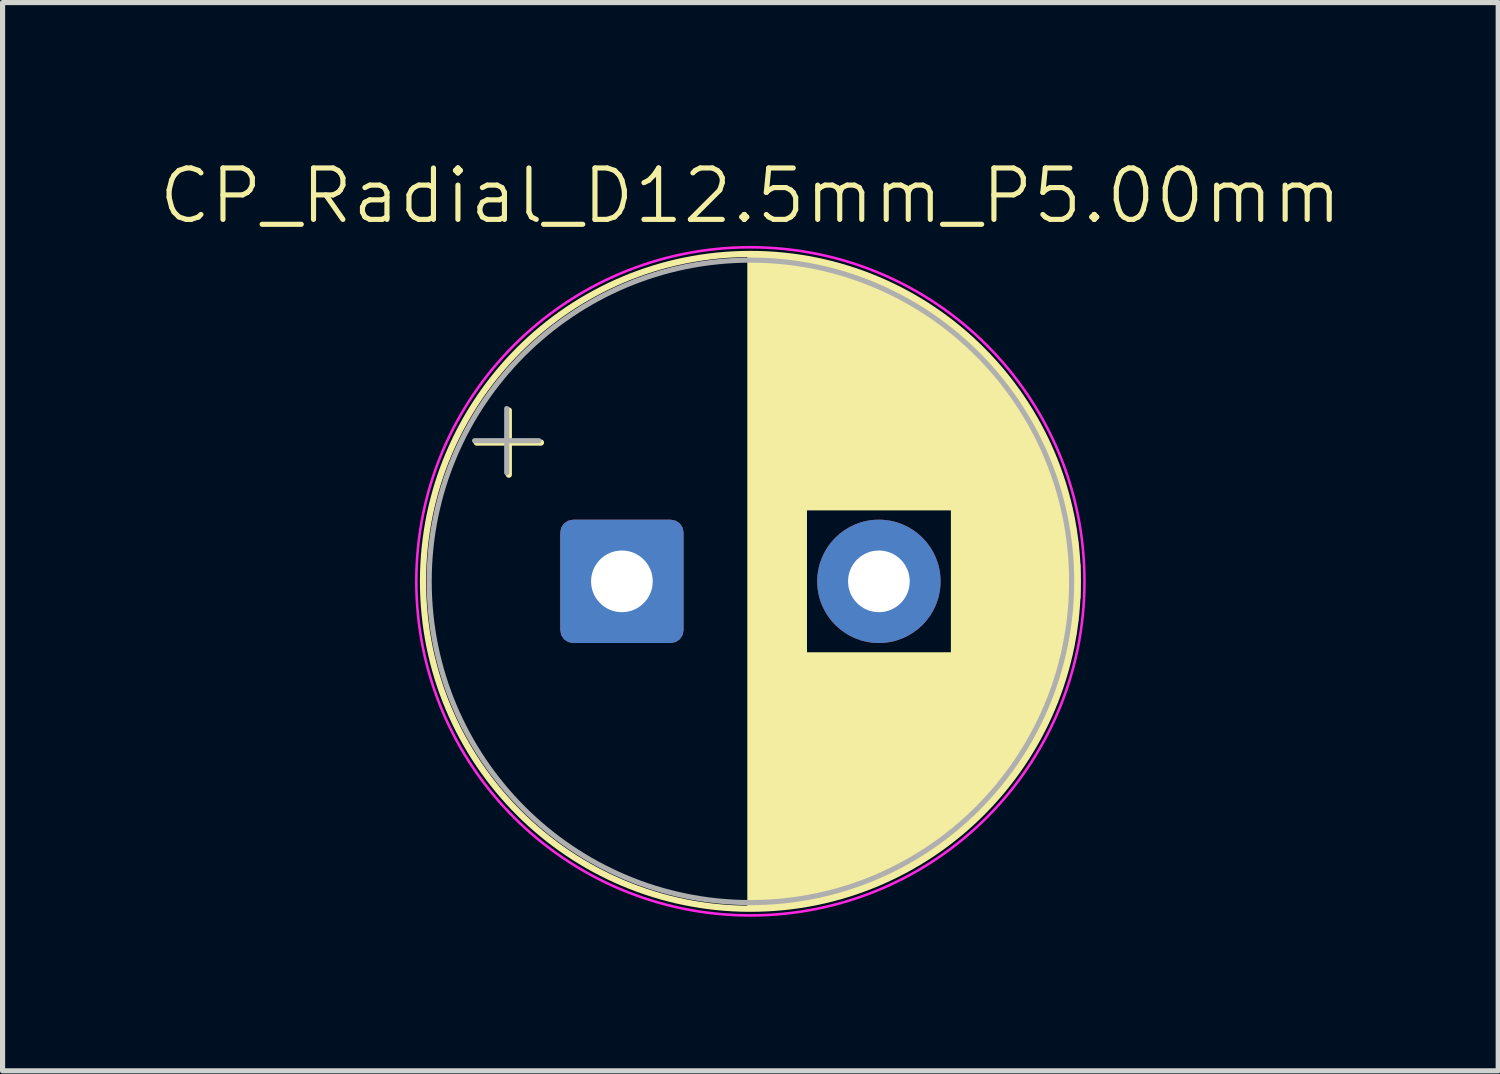
<source format=kicad_pcb>
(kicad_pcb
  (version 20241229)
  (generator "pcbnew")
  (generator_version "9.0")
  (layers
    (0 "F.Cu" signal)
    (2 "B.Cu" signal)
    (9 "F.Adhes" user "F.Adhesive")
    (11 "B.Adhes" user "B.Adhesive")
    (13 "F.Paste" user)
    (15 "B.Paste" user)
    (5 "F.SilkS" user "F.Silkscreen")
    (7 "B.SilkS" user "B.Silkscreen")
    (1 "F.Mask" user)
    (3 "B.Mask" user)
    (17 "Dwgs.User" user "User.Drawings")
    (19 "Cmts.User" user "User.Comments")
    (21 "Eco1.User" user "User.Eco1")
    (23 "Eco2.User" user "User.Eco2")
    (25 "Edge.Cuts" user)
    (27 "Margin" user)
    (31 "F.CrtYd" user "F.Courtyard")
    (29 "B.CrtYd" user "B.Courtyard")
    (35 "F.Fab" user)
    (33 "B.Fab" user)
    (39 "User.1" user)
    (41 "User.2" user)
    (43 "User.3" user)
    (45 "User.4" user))
  (footprint "CP_Radial_D12.5mm_P5.00mm"
    (layer "F.Cu")
    (at 11.55 8.261)
    (property "Reference" "CP_Radial_D12.5mm_P5.00mm" (at 0 -7.5 0) (layer "F.SilkS") (effects (font (size 1 1) (thickness 0.1))))
    (attr through_hole)
    (fp_line (start -5.325 -2.7) (end -4.075 -2.7) (stroke (width 0.12) (type solid)) (layer "F.SilkS"))
    (fp_line (start -4.7 -3.325) (end -4.7 -2.075) (stroke (width 0.12) (type solid)) (layer "F.SilkS"))
    (fp_line (start 0 -6.33) (end 0 6.33) (stroke (width 0.12) (type solid)) (layer "F.SilkS"))
    (fp_line (start 0.04 -6.33) (end 0.04 6.33) (stroke (width 0.12) (type solid)) (layer "F.SilkS"))
    (fp_line (start 0.08 -6.33) (end 0.08 6.33) (stroke (width 0.12) (type solid)) (layer "F.SilkS"))
    (fp_line (start 0.12 -6.329) (end 0.12 6.329) (stroke (width 0.12) (type solid)) (layer "F.SilkS"))
    (fp_line (start 0.16 -6.328) (end 0.16 6.328) (stroke (width 0.12) (type solid)) (layer "F.SilkS"))
    (fp_line (start 0.2 -6.327) (end 0.2 6.327) (stroke (width 0.12) (type solid)) (layer "F.SilkS"))
    (fp_line (start 0.24 -6.326) (end 0.24 6.326) (stroke (width 0.12) (type solid)) (layer "F.SilkS"))
    (fp_line (start 0.28 -6.324) (end 0.28 6.324) (stroke (width 0.12) (type solid)) (layer "F.SilkS"))
    (fp_line (start 0.32 -6.322) (end 0.32 6.322) (stroke (width 0.12) (type solid)) (layer "F.SilkS"))
    (fp_line (start 0.36 -6.32) (end 0.36 6.32) (stroke (width 0.12) (type solid)) (layer "F.SilkS"))
    (fp_line (start 0.4 -6.318) (end 0.4 6.318) (stroke (width 0.12) (type solid)) (layer "F.SilkS"))
    (fp_line (start 0.44 -6.315) (end 0.44 6.315) (stroke (width 0.12) (type solid)) (layer "F.SilkS"))
    (fp_line (start 0.48 -6.312) (end 0.48 6.312) (stroke (width 0.12) (type solid)) (layer "F.SilkS"))
    (fp_line (start 0.52 -6.309) (end 0.52 6.309) (stroke (width 0.12) (type solid)) (layer "F.SilkS"))
    (fp_line (start 0.56 -6.306) (end 0.56 6.306) (stroke (width 0.12) (type solid)) (layer "F.SilkS"))
    (fp_line (start 0.6 -6.302) (end 0.6 6.302) (stroke (width 0.12) (type solid)) (layer "F.SilkS"))
    (fp_line (start 0.64 -6.298) (end 0.64 6.298) (stroke (width 0.12) (type solid)) (layer "F.SilkS"))
    (fp_line (start 0.68 -6.294) (end 0.68 6.294) (stroke (width 0.12) (type solid)) (layer "F.SilkS"))
    (fp_line (start 0.721 -6.29) (end 0.721 6.29) (stroke (width 0.12) (type solid)) (layer "F.SilkS"))
    (fp_line (start 0.761 -6.285) (end 0.761 6.285) (stroke (width 0.12) (type solid)) (layer "F.SilkS"))
    (fp_line (start 0.801 -6.28) (end 0.801 6.28) (stroke (width 0.12) (type solid)) (layer "F.SilkS"))
    (fp_line (start 0.841 -6.275) (end 0.841 6.275) (stroke (width 0.12) (type solid)) (layer "F.SilkS"))
    (fp_line (start 0.881 -6.269) (end 0.881 6.269) (stroke (width 0.12) (type solid)) (layer "F.SilkS"))
    (fp_line (start 0.921 -6.264) (end 0.921 6.264) (stroke (width 0.12) (type solid)) (layer "F.SilkS"))
    (fp_line (start 0.961 -6.258) (end 0.961 6.258) (stroke (width 0.12) (type solid)) (layer "F.SilkS"))
    (fp_line (start 1.001 -6.252) (end 1.001 6.252) (stroke (width 0.12) (type solid)) (layer "F.SilkS"))
    (fp_line (start 1.041 -6.245) (end 1.041 6.245) (stroke (width 0.12) (type solid)) (layer "F.SilkS"))
    (fp_line (start 1.081 -6.238) (end 1.081 -1.44) (stroke (width 0.12) (type solid)) (layer "F.SilkS"))
    (fp_line (start 1.081 1.44) (end 1.081 6.238) (stroke (width 0.12) (type solid)) (layer "F.SilkS"))
    (fp_line (start 1.121 -6.231) (end 1.121 -1.44) (stroke (width 0.12) (type solid)) (layer "F.SilkS"))
    (fp_line (start 1.121 1.44) (end 1.121 6.231) (stroke (width 0.12) (type solid)) (layer "F.SilkS"))
    (fp_line (start 1.161 -6.224) (end 1.161 -1.44) (stroke (width 0.12) (type solid)) (layer "F.SilkS"))
    (fp_line (start 1.161 1.44) (end 1.161 6.224) (stroke (width 0.12) (type solid)) (layer "F.SilkS"))
    (fp_line (start 1.201 -6.216) (end 1.201 -1.44) (stroke (width 0.12) (type solid)) (layer "F.SilkS"))
    (fp_line (start 1.201 1.44) (end 1.201 6.216) (stroke (width 0.12) (type solid)) (layer "F.SilkS"))
    (fp_line (start 1.241 -6.209) (end 1.241 -1.44) (stroke (width 0.12) (type solid)) (layer "F.SilkS"))
    (fp_line (start 1.241 1.44) (end 1.241 6.209) (stroke (width 0.12) (type solid)) (layer "F.SilkS"))
    (fp_line (start 1.281 -6.201) (end 1.281 -1.44) (stroke (width 0.12) (type solid)) (layer "F.SilkS"))
    (fp_line (start 1.281 1.44) (end 1.281 6.201) (stroke (width 0.12) (type solid)) (layer "F.SilkS"))
    (fp_line (start 1.321 -6.192) (end 1.321 -1.44) (stroke (width 0.12) (type solid)) (layer "F.SilkS"))
    (fp_line (start 1.321 1.44) (end 1.321 6.192) (stroke (width 0.12) (type solid)) (layer "F.SilkS"))
    (fp_line (start 1.361 -6.184) (end 1.361 -1.44) (stroke (width 0.12) (type solid)) (layer "F.SilkS"))
    (fp_line (start 1.361 1.44) (end 1.361 6.184) (stroke (width 0.12) (type solid)) (layer "F.SilkS"))
    (fp_line (start 1.401 -6.175) (end 1.401 -1.44) (stroke (width 0.12) (type solid)) (layer "F.SilkS"))
    (fp_line (start 1.401 1.44) (end 1.401 6.175) (stroke (width 0.12) (type solid)) (layer "F.SilkS"))
    (fp_line (start 1.441 -6.166) (end 1.441 -1.44) (stroke (width 0.12) (type solid)) (layer "F.SilkS"))
    (fp_line (start 1.441 1.44) (end 1.441 6.166) (stroke (width 0.12) (type solid)) (layer "F.SilkS"))
    (fp_line (start 1.481 -6.156) (end 1.481 -1.44) (stroke (width 0.12) (type solid)) (layer "F.SilkS"))
    (fp_line (start 1.481 1.44) (end 1.481 6.156) (stroke (width 0.12) (type solid)) (layer "F.SilkS"))
    (fp_line (start 1.521 -6.146) (end 1.521 -1.44) (stroke (width 0.12) (type solid)) (layer "F.SilkS"))
    (fp_line (start 1.521 1.44) (end 1.521 6.146) (stroke (width 0.12) (type solid)) (layer "F.SilkS"))
    (fp_line (start 1.561 -6.137) (end 1.561 -1.44) (stroke (width 0.12) (type solid)) (layer "F.SilkS"))
    (fp_line (start 1.561 1.44) (end 1.561 6.137) (stroke (width 0.12) (type solid)) (layer "F.SilkS"))
    (fp_line (start 1.601 -6.126) (end 1.601 -1.44) (stroke (width 0.12) (type solid)) (layer "F.SilkS"))
    (fp_line (start 1.601 1.44) (end 1.601 6.126) (stroke (width 0.12) (type solid)) (layer "F.SilkS"))
    (fp_line (start 1.641 -6.116) (end 1.641 -1.44) (stroke (width 0.12) (type solid)) (layer "F.SilkS"))
    (fp_line (start 1.641 1.44) (end 1.641 6.116) (stroke (width 0.12) (type solid)) (layer "F.SilkS"))
    (fp_line (start 1.681 -6.105) (end 1.681 -1.44) (stroke (width 0.12) (type solid)) (layer "F.SilkS"))
    (fp_line (start 1.681 1.44) (end 1.681 6.105) (stroke (width 0.12) (type solid)) (layer "F.SilkS"))
    (fp_line (start 1.721 -6.094) (end 1.721 -1.44) (stroke (width 0.12) (type solid)) (layer "F.SilkS"))
    (fp_line (start 1.721 1.44) (end 1.721 6.094) (stroke (width 0.12) (type solid)) (layer "F.SilkS"))
    (fp_line (start 1.761 -6.083) (end 1.761 -1.44) (stroke (width 0.12) (type solid)) (layer "F.SilkS"))
    (fp_line (start 1.761 1.44) (end 1.761 6.083) (stroke (width 0.12) (type solid)) (layer "F.SilkS"))
    (fp_line (start 1.801 -6.071) (end 1.801 -1.44) (stroke (width 0.12) (type solid)) (layer "F.SilkS"))
    (fp_line (start 1.801 1.44) (end 1.801 6.071) (stroke (width 0.12) (type solid)) (layer "F.SilkS"))
    (fp_line (start 1.841 -6.059) (end 1.841 -1.44) (stroke (width 0.12) (type solid)) (layer "F.SilkS"))
    (fp_line (start 1.841 1.44) (end 1.841 6.059) (stroke (width 0.12) (type solid)) (layer "F.SilkS"))
    (fp_line (start 1.881 -6.047) (end 1.881 -1.44) (stroke (width 0.12) (type solid)) (layer "F.SilkS"))
    (fp_line (start 1.881 1.44) (end 1.881 6.047) (stroke (width 0.12) (type solid)) (layer "F.SilkS"))
    (fp_line (start 1.921 -6.034) (end 1.921 -1.44) (stroke (width 0.12) (type solid)) (layer "F.SilkS"))
    (fp_line (start 1.921 1.44) (end 1.921 6.034) (stroke (width 0.12) (type solid)) (layer "F.SilkS"))
    (fp_line (start 1.961 -6.021) (end 1.961 -1.44) (stroke (width 0.12) (type solid)) (layer "F.SilkS"))
    (fp_line (start 1.961 1.44) (end 1.961 6.021) (stroke (width 0.12) (type solid)) (layer "F.SilkS"))
    (fp_line (start 2.001 -6.008) (end 2.001 -1.44) (stroke (width 0.12) (type solid)) (layer "F.SilkS"))
    (fp_line (start 2.001 1.44) (end 2.001 6.008) (stroke (width 0.12) (type solid)) (layer "F.SilkS"))
    (fp_line (start 2.041 -5.995) (end 2.041 -1.44) (stroke (width 0.12) (type solid)) (layer "F.SilkS"))
    (fp_line (start 2.041 1.44) (end 2.041 5.995) (stroke (width 0.12) (type solid)) (layer "F.SilkS"))
    (fp_line (start 2.081 -5.981) (end 2.081 -1.44) (stroke (width 0.12) (type solid)) (layer "F.SilkS"))
    (fp_line (start 2.081 1.44) (end 2.081 5.981) (stroke (width 0.12) (type solid)) (layer "F.SilkS"))
    (fp_line (start 2.121 -5.967) (end 2.121 -1.44) (stroke (width 0.12) (type solid)) (layer "F.SilkS"))
    (fp_line (start 2.121 1.44) (end 2.121 5.967) (stroke (width 0.12) (type solid)) (layer "F.SilkS"))
    (fp_line (start 2.161 -5.953) (end 2.161 -1.44) (stroke (width 0.12) (type solid)) (layer "F.SilkS"))
    (fp_line (start 2.161 1.44) (end 2.161 5.953) (stroke (width 0.12) (type solid)) (layer "F.SilkS"))
    (fp_line (start 2.201 -5.939) (end 2.201 -1.44) (stroke (width 0.12) (type solid)) (layer "F.SilkS"))
    (fp_line (start 2.201 1.44) (end 2.201 5.939) (stroke (width 0.12) (type solid)) (layer "F.SilkS"))
    (fp_line (start 2.241 -5.924) (end 2.241 -1.44) (stroke (width 0.12) (type solid)) (layer "F.SilkS"))
    (fp_line (start 2.241 1.44) (end 2.241 5.924) (stroke (width 0.12) (type solid)) (layer "F.SilkS"))
    (fp_line (start 2.281 -5.908) (end 2.281 -1.44) (stroke (width 0.12) (type solid)) (layer "F.SilkS"))
    (fp_line (start 2.281 1.44) (end 2.281 5.908) (stroke (width 0.12) (type solid)) (layer "F.SilkS"))
    (fp_line (start 2.321 -5.893) (end 2.321 -1.44) (stroke (width 0.12) (type solid)) (layer "F.SilkS"))
    (fp_line (start 2.321 1.44) (end 2.321 5.893) (stroke (width 0.12) (type solid)) (layer "F.SilkS"))
    (fp_line (start 2.361 -5.877) (end 2.361 -1.44) (stroke (width 0.12) (type solid)) (layer "F.SilkS"))
    (fp_line (start 2.361 1.44) (end 2.361 5.877) (stroke (width 0.12) (type solid)) (layer "F.SilkS"))
    (fp_line (start 2.401 -5.861) (end 2.401 -1.44) (stroke (width 0.12) (type solid)) (layer "F.SilkS"))
    (fp_line (start 2.401 1.44) (end 2.401 5.861) (stroke (width 0.12) (type solid)) (layer "F.SilkS"))
    (fp_line (start 2.441 -5.845) (end 2.441 -1.44) (stroke (width 0.12) (type solid)) (layer "F.SilkS"))
    (fp_line (start 2.441 1.44) (end 2.441 5.845) (stroke (width 0.12) (type solid)) (layer "F.SilkS"))
    (fp_line (start 2.481 -5.828) (end 2.481 -1.44) (stroke (width 0.12) (type solid)) (layer "F.SilkS"))
    (fp_line (start 2.481 1.44) (end 2.481 5.828) (stroke (width 0.12) (type solid)) (layer "F.SilkS"))
    (fp_line (start 2.521 -5.811) (end 2.521 -1.44) (stroke (width 0.12) (type solid)) (layer "F.SilkS"))
    (fp_line (start 2.521 1.44) (end 2.521 5.811) (stroke (width 0.12) (type solid)) (layer "F.SilkS"))
    (fp_line (start 2.561 -5.793) (end 2.561 -1.44) (stroke (width 0.12) (type solid)) (layer "F.SilkS"))
    (fp_line (start 2.561 1.44) (end 2.561 5.793) (stroke (width 0.12) (type solid)) (layer "F.SilkS"))
    (fp_line (start 2.601 -5.776) (end 2.601 -1.44) (stroke (width 0.12) (type solid)) (layer "F.SilkS"))
    (fp_line (start 2.601 1.44) (end 2.601 5.776) (stroke (width 0.12) (type solid)) (layer "F.SilkS"))
    (fp_line (start 2.641 -5.758) (end 2.641 -1.44) (stroke (width 0.12) (type solid)) (layer "F.SilkS"))
    (fp_line (start 2.641 1.44) (end 2.641 5.758) (stroke (width 0.12) (type solid)) (layer "F.SilkS"))
    (fp_line (start 2.681 -5.739) (end 2.681 -1.44) (stroke (width 0.12) (type solid)) (layer "F.SilkS"))
    (fp_line (start 2.681 1.44) (end 2.681 5.739) (stroke (width 0.12) (type solid)) (layer "F.SilkS"))
    (fp_line (start 2.721 -5.721) (end 2.721 -1.44) (stroke (width 0.12) (type solid)) (layer "F.SilkS"))
    (fp_line (start 2.721 1.44) (end 2.721 5.721) (stroke (width 0.12) (type solid)) (layer "F.SilkS"))
    (fp_line (start 2.761 -5.702) (end 2.761 -1.44) (stroke (width 0.12) (type solid)) (layer "F.SilkS"))
    (fp_line (start 2.761 1.44) (end 2.761 5.702) (stroke (width 0.12) (type solid)) (layer "F.SilkS"))
    (fp_line (start 2.801 -5.682) (end 2.801 -1.44) (stroke (width 0.12) (type solid)) (layer "F.SilkS"))
    (fp_line (start 2.801 1.44) (end 2.801 5.682) (stroke (width 0.12) (type solid)) (layer "F.SilkS"))
    (fp_line (start 2.841 -5.662) (end 2.841 -1.44) (stroke (width 0.12) (type solid)) (layer "F.SilkS"))
    (fp_line (start 2.841 1.44) (end 2.841 5.662) (stroke (width 0.12) (type solid)) (layer "F.SilkS"))
    (fp_line (start 2.881 -5.642) (end 2.881 -1.44) (stroke (width 0.12) (type solid)) (layer "F.SilkS"))
    (fp_line (start 2.881 1.44) (end 2.881 5.642) (stroke (width 0.12) (type solid)) (layer "F.SilkS"))
    (fp_line (start 2.921 -5.622) (end 2.921 -1.44) (stroke (width 0.12) (type solid)) (layer "F.SilkS"))
    (fp_line (start 2.921 1.44) (end 2.921 5.622) (stroke (width 0.12) (type solid)) (layer "F.SilkS"))
    (fp_line (start 2.961 -5.601) (end 2.961 -1.44) (stroke (width 0.12) (type solid)) (layer "F.SilkS"))
    (fp_line (start 2.961 1.44) (end 2.961 5.601) (stroke (width 0.12) (type solid)) (layer "F.SilkS"))
    (fp_line (start 3.001 -5.58) (end 3.001 -1.44) (stroke (width 0.12) (type solid)) (layer "F.SilkS"))
    (fp_line (start 3.001 1.44) (end 3.001 5.58) (stroke (width 0.12) (type solid)) (layer "F.SilkS"))
    (fp_line (start 3.041 -5.558) (end 3.041 -1.44) (stroke (width 0.12) (type solid)) (layer "F.SilkS"))
    (fp_line (start 3.041 1.44) (end 3.041 5.558) (stroke (width 0.12) (type solid)) (layer "F.SilkS"))
    (fp_line (start 3.081 -5.536) (end 3.081 -1.44) (stroke (width 0.12) (type solid)) (layer "F.SilkS"))
    (fp_line (start 3.081 1.44) (end 3.081 5.536) (stroke (width 0.12) (type solid)) (layer "F.SilkS"))
    (fp_line (start 3.121 -5.514) (end 3.121 -1.44) (stroke (width 0.12) (type solid)) (layer "F.SilkS"))
    (fp_line (start 3.121 1.44) (end 3.121 5.514) (stroke (width 0.12) (type solid)) (layer "F.SilkS"))
    (fp_line (start 3.161 -5.491) (end 3.161 -1.44) (stroke (width 0.12) (type solid)) (layer "F.SilkS"))
    (fp_line (start 3.161 1.44) (end 3.161 5.491) (stroke (width 0.12) (type solid)) (layer "F.SilkS"))
    (fp_line (start 3.201 -5.468) (end 3.201 -1.44) (stroke (width 0.12) (type solid)) (layer "F.SilkS"))
    (fp_line (start 3.201 1.44) (end 3.201 5.468) (stroke (width 0.12) (type solid)) (layer "F.SilkS"))
    (fp_line (start 3.241 -5.445) (end 3.241 -1.44) (stroke (width 0.12) (type solid)) (layer "F.SilkS"))
    (fp_line (start 3.241 1.44) (end 3.241 5.445) (stroke (width 0.12) (type solid)) (layer "F.SilkS"))
    (fp_line (start 3.281 -5.421) (end 3.281 -1.44) (stroke (width 0.12) (type solid)) (layer "F.SilkS"))
    (fp_line (start 3.281 1.44) (end 3.281 5.421) (stroke (width 0.12) (type solid)) (layer "F.SilkS"))
    (fp_line (start 3.321 -5.397) (end 3.321 -1.44) (stroke (width 0.12) (type solid)) (layer "F.SilkS"))
    (fp_line (start 3.321 1.44) (end 3.321 5.397) (stroke (width 0.12) (type solid)) (layer "F.SilkS"))
    (fp_line (start 3.361 -5.372) (end 3.361 -1.44) (stroke (width 0.12) (type solid)) (layer "F.SilkS"))
    (fp_line (start 3.361 1.44) (end 3.361 5.372) (stroke (width 0.12) (type solid)) (layer "F.SilkS"))
    (fp_line (start 3.401 -5.347) (end 3.401 -1.44) (stroke (width 0.12) (type solid)) (layer "F.SilkS"))
    (fp_line (start 3.401 1.44) (end 3.401 5.347) (stroke (width 0.12) (type solid)) (layer "F.SilkS"))
    (fp_line (start 3.441 -5.322) (end 3.441 -1.44) (stroke (width 0.12) (type solid)) (layer "F.SilkS"))
    (fp_line (start 3.441 1.44) (end 3.441 5.322) (stroke (width 0.12) (type solid)) (layer "F.SilkS"))
    (fp_line (start 3.481 -5.296) (end 3.481 -1.44) (stroke (width 0.12) (type solid)) (layer "F.SilkS"))
    (fp_line (start 3.481 1.44) (end 3.481 5.296) (stroke (width 0.12) (type solid)) (layer "F.SilkS"))
    (fp_line (start 3.521 -5.27) (end 3.521 -1.44) (stroke (width 0.12) (type solid)) (layer "F.SilkS"))
    (fp_line (start 3.521 1.44) (end 3.521 5.27) (stroke (width 0.12) (type solid)) (layer "F.SilkS"))
    (fp_line (start 3.561 -5.243) (end 3.561 -1.44) (stroke (width 0.12) (type solid)) (layer "F.SilkS"))
    (fp_line (start 3.561 1.44) (end 3.561 5.243) (stroke (width 0.12) (type solid)) (layer "F.SilkS"))
    (fp_line (start 3.601 -5.216) (end 3.601 -1.44) (stroke (width 0.12) (type solid)) (layer "F.SilkS"))
    (fp_line (start 3.601 1.44) (end 3.601 5.216) (stroke (width 0.12) (type solid)) (layer "F.SilkS"))
    (fp_line (start 3.641 -5.188) (end 3.641 -1.44) (stroke (width 0.12) (type solid)) (layer "F.SilkS"))
    (fp_line (start 3.641 1.44) (end 3.641 5.188) (stroke (width 0.12) (type solid)) (layer "F.SilkS"))
    (fp_line (start 3.681 -5.16) (end 3.681 -1.44) (stroke (width 0.12) (type solid)) (layer "F.SilkS"))
    (fp_line (start 3.681 1.44) (end 3.681 5.16) (stroke (width 0.12) (type solid)) (layer "F.SilkS"))
    (fp_line (start 3.721 -5.131) (end 3.721 -1.44) (stroke (width 0.12) (type solid)) (layer "F.SilkS"))
    (fp_line (start 3.721 1.44) (end 3.721 5.131) (stroke (width 0.12) (type solid)) (layer "F.SilkS"))
    (fp_line (start 3.761 -5.102) (end 3.761 -1.44) (stroke (width 0.12) (type solid)) (layer "F.SilkS"))
    (fp_line (start 3.761 1.44) (end 3.761 5.102) (stroke (width 0.12) (type solid)) (layer "F.SilkS"))
    (fp_line (start 3.801 -5.073) (end 3.801 -1.44) (stroke (width 0.12) (type solid)) (layer "F.SilkS"))
    (fp_line (start 3.801 1.44) (end 3.801 5.073) (stroke (width 0.12) (type solid)) (layer "F.SilkS"))
    (fp_line (start 3.841 -5.043) (end 3.841 -1.44) (stroke (width 0.12) (type solid)) (layer "F.SilkS"))
    (fp_line (start 3.841 1.44) (end 3.841 5.043) (stroke (width 0.12) (type solid)) (layer "F.SilkS"))
    (fp_line (start 3.881 -5.012) (end 3.881 -1.44) (stroke (width 0.12) (type solid)) (layer "F.SilkS"))
    (fp_line (start 3.881 1.44) (end 3.881 5.012) (stroke (width 0.12) (type solid)) (layer "F.SilkS"))
    (fp_line (start 3.921 -4.982) (end 3.921 -1.44) (stroke (width 0.12) (type solid)) (layer "F.SilkS"))
    (fp_line (start 3.921 1.44) (end 3.921 4.982) (stroke (width 0.12) (type solid)) (layer "F.SilkS"))
    (fp_line (start 3.961 -4.95) (end 3.961 4.95) (stroke (width 0.12) (type solid)) (layer "F.SilkS"))
    (fp_line (start 4.001 -4.918) (end 4.001 4.918) (stroke (width 0.12) (type solid)) (layer "F.SilkS"))
    (fp_line (start 4.041 -4.885) (end 4.041 4.885) (stroke (width 0.12) (type solid)) (layer "F.SilkS"))
    (fp_line (start 4.081 -4.852) (end 4.081 4.852) (stroke (width 0.12) (type solid)) (layer "F.SilkS"))
    (fp_line (start 4.121 -4.819) (end 4.121 4.819) (stroke (width 0.12) (type solid)) (layer "F.SilkS"))
    (fp_line (start 4.161 -4.785) (end 4.161 4.785) (stroke (width 0.12) (type solid)) (layer "F.SilkS"))
    (fp_line (start 4.201 -4.75) (end 4.201 4.75) (stroke (width 0.12) (type solid)) (layer "F.SilkS"))
    (fp_line (start 4.241 -4.714) (end 4.241 4.714) (stroke (width 0.12) (type solid)) (layer "F.SilkS"))
    (fp_line (start 4.281 -4.678) (end 4.281 4.678) (stroke (width 0.12) (type solid)) (layer "F.SilkS"))
    (fp_line (start 4.321 -4.642) (end 4.321 4.642) (stroke (width 0.12) (type solid)) (layer "F.SilkS"))
    (fp_line (start 4.361 -4.605) (end 4.361 4.605) (stroke (width 0.12) (type solid)) (layer "F.SilkS"))
    (fp_line (start 4.401 -4.567) (end 4.401 4.567) (stroke (width 0.12) (type solid)) (layer "F.SilkS"))
    (fp_line (start 4.441 -4.528) (end 4.441 4.528) (stroke (width 0.12) (type solid)) (layer "F.SilkS"))
    (fp_line (start 4.481 -4.489) (end 4.481 4.489) (stroke (width 0.12) (type solid)) (layer "F.SilkS"))
    (fp_line (start 4.521 -4.449) (end 4.521 4.449) (stroke (width 0.12) (type solid)) (layer "F.SilkS"))
    (fp_line (start 4.561 -4.408) (end 4.561 4.408) (stroke (width 0.12) (type solid)) (layer "F.SilkS"))
    (fp_line (start 4.601 -4.367) (end 4.601 4.367) (stroke (width 0.12) (type solid)) (layer "F.SilkS"))
    (fp_line (start 4.641 -4.325) (end 4.641 4.325) (stroke (width 0.12) (type solid)) (layer "F.SilkS"))
    (fp_line (start 4.681 -4.282) (end 4.681 4.282) (stroke (width 0.12) (type solid)) (layer "F.SilkS"))
    (fp_line (start 4.721 -4.238) (end 4.721 4.238) (stroke (width 0.12) (type solid)) (layer "F.SilkS"))
    (fp_line (start 4.761 -4.194) (end 4.761 4.194) (stroke (width 0.12) (type solid)) (layer "F.SilkS"))
    (fp_line (start 4.801 -4.148) (end 4.801 4.148) (stroke (width 0.12) (type solid)) (layer "F.SilkS"))
    (fp_line (start 4.841 -4.102) (end 4.841 4.102) (stroke (width 0.12) (type solid)) (layer "F.SilkS"))
    (fp_line (start 4.881 -4.055) (end 4.881 4.055) (stroke (width 0.12) (type solid)) (layer "F.SilkS"))
    (fp_line (start 4.921 -4.007) (end 4.921 4.007) (stroke (width 0.12) (type solid)) (layer "F.SilkS"))
    (fp_line (start 4.961 -3.957) (end 4.961 3.957) (stroke (width 0.12) (type solid)) (layer "F.SilkS"))
    (fp_line (start 5.001 -3.907) (end 5.001 3.907) (stroke (width 0.12) (type solid)) (layer "F.SilkS"))
    (fp_line (start 5.041 -3.856) (end 5.041 3.856) (stroke (width 0.12) (type solid)) (layer "F.SilkS"))
    (fp_line (start 5.081 -3.804) (end 5.081 3.804) (stroke (width 0.12) (type solid)) (layer "F.SilkS"))
    (fp_line (start 5.121 -3.75) (end 5.121 3.75) (stroke (width 0.12) (type solid)) (layer "F.SilkS"))
    (fp_line (start 5.161 -3.696) (end 5.161 3.696) (stroke (width 0.12) (type solid)) (layer "F.SilkS"))
    (fp_line (start 5.201 -3.64) (end 5.201 3.64) (stroke (width 0.12) (type solid)) (layer "F.SilkS"))
    (fp_line (start 5.241 -3.583) (end 5.241 3.583) (stroke (width 0.12) (type solid)) (layer "F.SilkS"))
    (fp_line (start 5.281 -3.524) (end 5.281 3.524) (stroke (width 0.12) (type solid)) (layer "F.SilkS"))
    (fp_line (start 5.321 -3.464) (end 5.321 3.464) (stroke (width 0.12) (type solid)) (layer "F.SilkS"))
    (fp_line (start 5.361 -3.402) (end 5.361 3.402) (stroke (width 0.12) (type solid)) (layer "F.SilkS"))
    (fp_line (start 5.401 -3.339) (end 5.401 3.339) (stroke (width 0.12) (type solid)) (layer "F.SilkS"))
    (fp_line (start 5.441 -3.275) (end 5.441 3.275) (stroke (width 0.12) (type solid)) (layer "F.SilkS"))
    (fp_line (start 5.481 -3.208) (end 5.481 3.208) (stroke (width 0.12) (type solid)) (layer "F.SilkS"))
    (fp_line (start 5.521 -3.14) (end 5.521 3.14) (stroke (width 0.12) (type solid)) (layer "F.SilkS"))
    (fp_line (start 5.561 -3.069) (end 5.561 3.069) (stroke (width 0.12) (type solid)) (layer "F.SilkS"))
    (fp_line (start 5.601 -2.996) (end 5.601 2.996) (stroke (width 0.12) (type solid)) (layer "F.SilkS"))
    (fp_line (start 5.641 -2.921) (end 5.641 2.921) (stroke (width 0.12) (type solid)) (layer "F.SilkS"))
    (fp_line (start 5.681 -2.844) (end 5.681 2.844) (stroke (width 0.12) (type solid)) (layer "F.SilkS"))
    (fp_line (start 5.721 -2.764) (end 5.721 2.764) (stroke (width 0.12) (type solid)) (layer "F.SilkS"))
    (fp_line (start 5.761 -2.681) (end 5.761 2.681) (stroke (width 0.12) (type solid)) (layer "F.SilkS"))
    (fp_line (start 5.801 -2.594) (end 5.801 2.594) (stroke (width 0.12) (type solid)) (layer "F.SilkS"))
    (fp_line (start 5.841 -2.504) (end 5.841 2.504) (stroke (width 0.12) (type solid)) (layer "F.SilkS"))
    (fp_line (start 5.881 -2.41) (end 5.881 2.41) (stroke (width 0.12) (type solid)) (layer "F.SilkS"))
    (fp_line (start 5.921 -2.312) (end 5.921 2.312) (stroke (width 0.12) (type solid)) (layer "F.SilkS"))
    (fp_line (start 5.961 -2.209) (end 5.961 2.209) (stroke (width 0.12) (type solid)) (layer "F.SilkS"))
    (fp_line (start 6.001 -2.1) (end 6.001 2.1) (stroke (width 0.12) (type solid)) (layer "F.SilkS"))
    (fp_line (start 6.041 -1.984) (end 6.041 1.984) (stroke (width 0.12) (type solid)) (layer "F.SilkS"))
    (fp_line (start 6.081 -1.861) (end 6.081 1.861) (stroke (width 0.12) (type solid)) (layer "F.SilkS"))
    (fp_line (start 6.121 -1.728) (end 6.121 1.728) (stroke (width 0.12) (type solid)) (layer "F.SilkS"))
    (fp_line (start 6.161 -1.583) (end 6.161 1.583) (stroke (width 0.12) (type solid)) (layer "F.SilkS"))
    (fp_line (start 6.201 -1.422) (end 6.201 1.422) (stroke (width 0.12) (type solid)) (layer "F.SilkS"))
    (fp_line (start 6.241 -1.241) (end 6.241 1.241) (stroke (width 0.12) (type solid)) (layer "F.SilkS"))
    (fp_line (start 6.281 -1.028) (end 6.281 1.028) (stroke (width 0.12) (type solid)) (layer "F.SilkS"))
    (fp_line (start 6.321 -0.757) (end 6.321 0.757) (stroke (width 0.12) (type solid)) (layer "F.SilkS"))
    (fp_line (start 6.361 -0.317) (end 6.361 0.317) (stroke (width 0.12) (type solid)) (layer "F.SilkS"))
    (fp_circle (center 0 0) (end 6.37 0) (stroke (width 0.12) (type solid)) (fill no) (layer "F.SilkS"))
    (fp_circle (center 0 0) (end 6.5 0) (stroke (width 0.05) (type solid)) (fill no) (layer "F.CrtYd"))
    (fp_line (start -5.366 -2.737) (end -4.116 -2.737) (stroke (width 0.1) (type solid)) (layer "F.Fab"))
    (fp_line (start -4.741 -3.362) (end -4.741 -2.112) (stroke (width 0.1) (type solid)) (layer "F.Fab"))
    (fp_circle (center 0 0) (end 6.25 0) (stroke (width 0.1) (type solid)) (fill no) (layer "F.Fab"))
    (pad "1" thru_hole roundrect (at -2.5 0) (size 2.4 2.4) (drill 1.2) (layers "*.Cu" "*.Mask") (roundrect_rratio 0.104))
    (pad "2" thru_hole circle (at 2.5 0) (size 2.4 2.4) (drill 1.2) (layers "*.Cu" "*.Mask")))
  (gr_rect
    (start -3 -3)
    (end 26.1 17.785)
    (stroke (width 0.1) (type default))
    (fill no)
    (layer "Edge.Cuts")))
</source>
